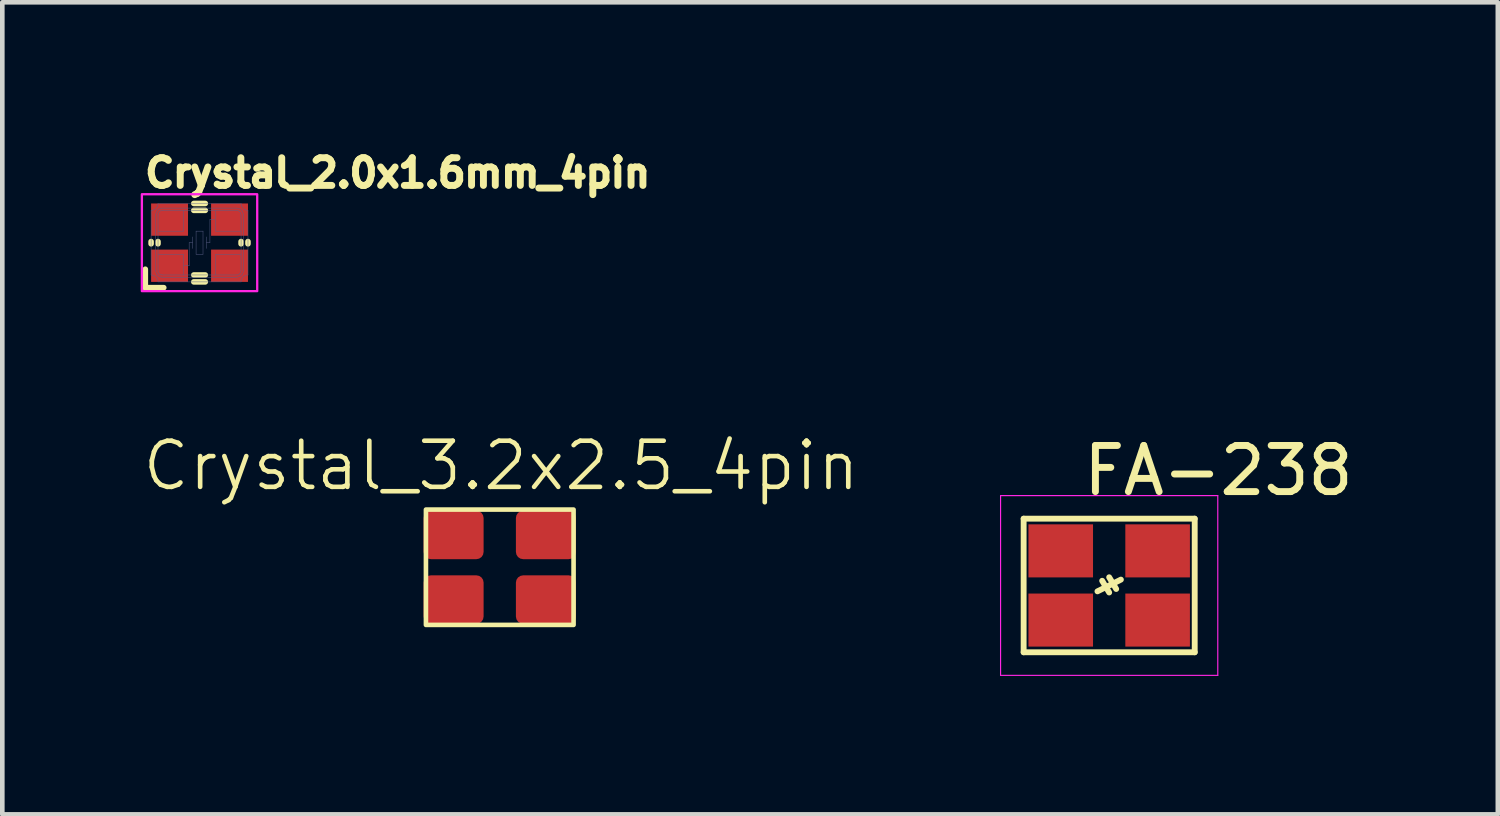
<source format=kicad_pcb>
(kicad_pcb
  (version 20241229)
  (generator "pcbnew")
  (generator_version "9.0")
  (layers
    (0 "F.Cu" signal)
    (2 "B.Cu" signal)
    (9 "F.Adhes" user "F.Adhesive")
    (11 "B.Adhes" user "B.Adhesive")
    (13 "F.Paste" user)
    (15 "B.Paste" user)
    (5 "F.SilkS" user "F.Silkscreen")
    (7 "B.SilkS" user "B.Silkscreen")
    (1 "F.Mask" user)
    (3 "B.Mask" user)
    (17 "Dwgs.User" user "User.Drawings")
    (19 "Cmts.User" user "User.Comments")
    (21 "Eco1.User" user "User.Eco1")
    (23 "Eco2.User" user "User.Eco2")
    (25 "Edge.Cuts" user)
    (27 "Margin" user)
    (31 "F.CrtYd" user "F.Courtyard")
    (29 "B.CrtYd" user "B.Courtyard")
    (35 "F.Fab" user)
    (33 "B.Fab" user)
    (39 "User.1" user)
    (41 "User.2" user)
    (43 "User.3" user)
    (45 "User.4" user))
  (footprint "FA-238"
    (layer "F.Cu")
    (at 20.991 9.64)
    (property "Reference" "FA-238" (at -0.635 -1.905 0) (layer "F.SilkS") (effects (font (size 1 1) (thickness 0.15)) (justify left bottom)))
    (attr through_hole)
    (fp_line (start -1.854 -1.448) (end 1.854 -1.448) (stroke (width 0.127) (type solid)) (layer "F.SilkS"))
    (fp_line (start -1.854 1.448) (end -1.854 -1.448) (stroke (width 0.127) (type solid)) (layer "F.SilkS"))
    (fp_line (start -0.254 0.127) (end 0.254 -0.127) (stroke (width 0.127) (type solid)) (layer "F.SilkS"))
    (fp_line (start -0.152 -0.102) (end 0 0.152) (stroke (width 0.127) (type solid)) (layer "F.SilkS"))
    (fp_line (start 0 -0.178) (end 0.152 0.076) (stroke (width 0.127) (type solid)) (layer "F.SilkS"))
    (fp_line (start 1.854 -1.448) (end 1.854 1.448) (stroke (width 0.127) (type solid)) (layer "F.SilkS"))
    (fp_line (start 1.854 1.448) (end -1.854 1.448) (stroke (width 0.127) (type solid)) (layer "F.SilkS"))
    (fp_line (start -2.354 -1.948) (end 2.354 -1.948) (stroke (width 0.025) (type solid)) (layer "F.CrtYd"))
    (fp_line (start -2.354 1.948) (end -2.354 -1.948) (stroke (width 0.025) (type solid)) (layer "F.CrtYd"))
    (fp_line (start 2.354 -1.948) (end 2.354 1.948) (stroke (width 0.025) (type solid)) (layer "F.CrtYd"))
    (fp_line (start 2.354 1.948) (end -2.354 1.948) (stroke (width 0.025) (type solid)) (layer "F.CrtYd"))
    (pad "1" smd rect (at -1.05 0.75) (size 1.4 1.15) (layers "F.Cu" "F.Mask" "F.Paste"))
    (pad "2" smd rect (at 1.05 -0.75) (size 1.4 1.15) (layers "F.Cu" "F.Mask" "F.Paste"))
    (pad "3" smd rect (at 1.05 0.75) (size 1.4 1.15) (layers "F.Cu" "F.Mask" "F.Paste"))
    (pad "4" smd rect (at -1.05 -0.75) (size 1.4 1.15) (layers "F.Cu" "F.Mask" "F.Paste")))
  (footprint "Crystal_3.2x2.5_4pin"
    (layer "F.Cu")
    (at 7.782 9.245)
    (property "Reference" "Crystal_3.2x2.5_4pin" (at 0.03 -2.2 0) (unlocked yes) (layer "F.SilkS") (effects (font (size 1 1) (thickness 0.1))))
    (attr smd)
    (fp_rect (start -1.6 -1.25) (end 1.6 1.25) (stroke (width 0.1) (type solid)) (fill no) (layer "F.SilkS"))
    (pad "1" smd roundrect (at -1 0.7) (size 1.3 1.05) (layers "F.Cu" "F.Mask" "F.Paste") (roundrect_rratio 0.15))
    (pad "2" smd roundrect (at 1 0.7) (size 1.3 1.05) (layers "F.Cu" "F.Mask" "F.Paste") (roundrect_rratio 0.15))
    (pad "3" smd roundrect (at 1 -0.7) (size 1.3 1.05) (layers "F.Cu" "F.Mask" "F.Paste") (roundrect_rratio 0.15))
    (pad "4" smd roundrect (at -1 -0.7) (size 1.3 1.05) (layers "F.Cu" "F.Mask" "F.Paste") (roundrect_rratio 0.15)))
  (footprint "Crystal_2.0x1.6mm_4pin"
    (layer "F.Cu")
    (at 1.275 2.21)
    (property "Reference" "Crystal_2.0x1.6mm_4pin" (at -1.26 -1.16 0) (unlocked yes) (layer "F.SilkS") (effects (font (size 0.6 0.6) (thickness 0.254)) (justify left bottom)))
    (fp_line (start -1.175 0.575) (end -1.175 0.975) (stroke (width 0.12) (type solid)) (layer "F.SilkS"))
    (fp_line (start -1.175 0.975) (end -0.775 0.975) (stroke (width 0.12) (type solid)) (layer "F.SilkS"))
    (fp_line (start -1.05 -0.025) (end -1.05 0.025) (stroke (width 0.12) (type solid)) (layer "F.SilkS"))
    (fp_line (start -0.9 -0.025) (end -0.9 0.025) (stroke (width 0.12) (type solid)) (layer "F.SilkS"))
    (fp_line (start -0.125 -0.85) (end 0.125 -0.85) (stroke (width 0.12) (type solid)) (layer "F.SilkS"))
    (fp_line (start -0.125 -0.7) (end 0.125 -0.7) (stroke (width 0.12) (type solid)) (layer "F.SilkS"))
    (fp_line (start -0.125 0.7) (end 0.125 0.7) (stroke (width 0.12) (type solid)) (layer "F.SilkS"))
    (fp_line (start -0.125 0.85) (end 0.125 0.85) (stroke (width 0.12) (type solid)) (layer "F.SilkS"))
    (fp_line (start 0.9 -0.025) (end 0.9 0.025) (stroke (width 0.12) (type solid)) (layer "F.SilkS"))
    (fp_line (start 1.05 -0.025) (end 1.05 0.025) (stroke (width 0.12) (type solid)) (layer "F.SilkS"))
    (fp_rect (start -1.25 -1.05) (end 1.25 1.05) (stroke (width 0.05) (type solid)) (fill no) (layer "F.CrtYd"))
    (fp_line (start -1.05 -0.7) (end -1.05 0.7) (stroke (width 0.01) (type solid)) (layer "B.Fab"))
    (fp_line (start -0.95 -0.6) (end -0.95 0.6) (stroke (width 0.01) (type solid)) (layer "B.Fab"))
    (fp_line (start -0.9 -0.85) (end 0.9 -0.85) (stroke (width 0.01) (type solid)) (layer "B.Fab"))
    (fp_line (start -0.9 -0.6) (end -0.9 0.6) (stroke (width 0.01) (type solid)) (layer "B.Fab"))
    (fp_line (start -0.9 -0.25) (end -0.35 -0.25) (stroke (width 0.01) (type solid)) (layer "B.Fab"))
    (fp_line (start -0.9 0.25) (end -0.35 0.25) (stroke (width 0.01) (type solid)) (layer "B.Fab"))
    (fp_line (start -0.9 0.85) (end 0.9 0.85) (stroke (width 0.01) (type solid)) (layer "B.Fab"))
    (fp_line (start -0.8 -0.75) (end 0.8 -0.75) (stroke (width 0.01) (type solid)) (layer "B.Fab"))
    (fp_line (start -0.8 -0.7) (end 0.8 -0.7) (stroke (width 0.01) (type solid)) (layer "B.Fab"))
    (fp_line (start -0.8 0.7) (end 0.8 0.7) (stroke (width 0.01) (type solid)) (layer "B.Fab"))
    (fp_line (start -0.8 0.75) (end 0.8 0.75) (stroke (width 0.01) (type solid)) (layer "B.Fab"))
    (fp_line (start -0.35 -0.7) (end -0.35 -0.25) (stroke (width 0.01) (type solid)) (layer "B.Fab"))
    (fp_line (start -0.35 0.25) (end -0.35 0.7) (stroke (width 0.01) (type solid)) (layer "B.Fab"))
    (fp_line (start -0.325 0.5) (end -0.225 0.5) (stroke (width 0.01) (type solid)) (layer "B.Fab"))
    (fp_line (start -0.225 0) (end -0.225 0.5) (stroke (width 0.01) (type solid)) (layer "B.Fab"))
    (fp_line (start -0.225 0) (end -0.15 0) (stroke (width 0.01) (type solid)) (layer "B.Fab"))
    (fp_line (start -0.15 -0.125) (end -0.15 0.125) (stroke (width 0.01) (type solid)) (layer "B.Fab"))
    (fp_line (start -0.075 -0.25) (end -0.075 0.25) (stroke (width 0.01) (type solid)) (layer "B.Fab"))
    (fp_line (start -0.075 -0.25) (end 0.075 -0.25) (stroke (width 0.01) (type solid)) (layer "B.Fab"))
    (fp_line (start -0.075 0.25) (end 0.075 0.25) (stroke (width 0.01) (type solid)) (layer "B.Fab"))
    (fp_line (start 0.075 -0.25) (end 0.075 0.25) (stroke (width 0.01) (type solid)) (layer "B.Fab"))
    (fp_line (start 0.15 -0.125) (end 0.15 0.125) (stroke (width 0.01) (type solid)) (layer "B.Fab"))
    (fp_line (start 0.15 0) (end 0.225 0) (stroke (width 0.01) (type solid)) (layer "B.Fab"))
    (fp_line (start 0.225 -0.5) (end 0.225 0) (stroke (width 0.01) (type solid)) (layer "B.Fab"))
    (fp_line (start 0.225 -0.5) (end 0.325 -0.5) (stroke (width 0.01) (type solid)) (layer "B.Fab"))
    (fp_line (start 0.35 -0.7) (end 0.35 -0.25) (stroke (width 0.01) (type solid)) (layer "B.Fab"))
    (fp_line (start 0.35 -0.25) (end 0.9 -0.25) (stroke (width 0.01) (type solid)) (layer "B.Fab"))
    (fp_line (start 0.35 0.25) (end 0.35 0.7) (stroke (width 0.01) (type solid)) (layer "B.Fab"))
    (fp_line (start 0.35 0.25) (end 0.9 0.25) (stroke (width 0.01) (type solid)) (layer "B.Fab"))
    (fp_line (start 0.9 -0.6) (end 0.9 0.6) (stroke (width 0.01) (type solid)) (layer "B.Fab"))
    (fp_line (start 0.95 -0.6) (end 0.95 0.6) (stroke (width 0.01) (type solid)) (layer "B.Fab"))
    (fp_line (start 1.05 -0.7) (end 1.05 0.7) (stroke (width 0.01) (type solid)) (layer "B.Fab"))
    (fp_arc (start -1.05 0.7) (mid -0.943934 0.743934) (end -0.9 0.85) (stroke (width 0.01) (type solid)) (layer "B.Fab"))
    (fp_arc (start -0.950001 -0.600002) (mid -0.906067 -0.706068) (end -0.800001 -0.750002) (stroke (width 0.01) (type solid)) (layer "B.Fab"))
    (fp_arc (start -0.900001 -0.600002) (mid -0.870712 -0.670713) (end -0.800001 -0.700002) (stroke (width 0.01) (type solid)) (layer "B.Fab"))
    (fp_arc (start -0.9 -0.85) (mid -0.943934 -0.743934) (end -1.05 -0.7) (stroke (width 0.01) (type solid)) (layer "B.Fab"))
    (fp_arc (start -0.800001 0.7) (mid -0.870712 0.670711) (end -0.900001 0.6) (stroke (width 0.01) (type solid)) (layer "B.Fab"))
    (fp_arc (start -0.800001 0.75) (mid -0.906067 0.706066) (end -0.950001 0.6) (stroke (width 0.01) (type solid)) (layer "B.Fab"))
    (fp_arc (start 0.800001 -0.750002) (mid 0.906067 -0.706068) (end 0.950001 -0.600002) (stroke (width 0.01) (type solid)) (layer "B.Fab"))
    (fp_arc (start 0.800001 -0.700002) (mid 0.870712 -0.670713) (end 0.900001 -0.600002) (stroke (width 0.01) (type solid)) (layer "B.Fab"))
    (fp_arc (start 0.900001 0.6) (mid 0.870712 0.670711) (end 0.800001 0.7) (stroke (width 0.01) (type solid)) (layer "B.Fab"))
    (fp_arc (start 0.900001 0.85) (mid 0.943935 0.743934) (end 1.050001 0.7) (stroke (width 0.01) (type solid)) (layer "B.Fab"))
    (fp_arc (start 0.950001 0.6) (mid 0.906067 0.706066) (end 0.800001 0.75) (stroke (width 0.01) (type solid)) (layer "B.Fab"))
    (fp_arc (start 1.050001 -0.7) (mid 0.943935 -0.743934) (end 0.900001 -0.85) (stroke (width 0.01) (type solid)) (layer "B.Fab"))
    (pad "1" smd rect (at -0.65 0.5) (size 0.8 0.7) (layers "F.Cu" "F.Mask" "F.Paste"))
    (pad "2" smd rect (at 0.65 0.5) (size 0.8 0.7) (layers "F.Cu" "F.Mask" "F.Paste"))
    (pad "3" smd rect (at 0.65 -0.5) (size 0.8 0.7) (layers "F.Cu" "F.Mask" "F.Paste"))
    (pad "4" smd rect (at -0.65 -0.5) (size 0.8 0.7) (layers "F.Cu" "F.Mask" "F.Paste")))
  (gr_rect
    (start -3 -3)
    (end 29.415 14.601)
    (stroke (width 0.1) (type default))
    (fill no)
    (layer "Edge.Cuts")))
</source>
